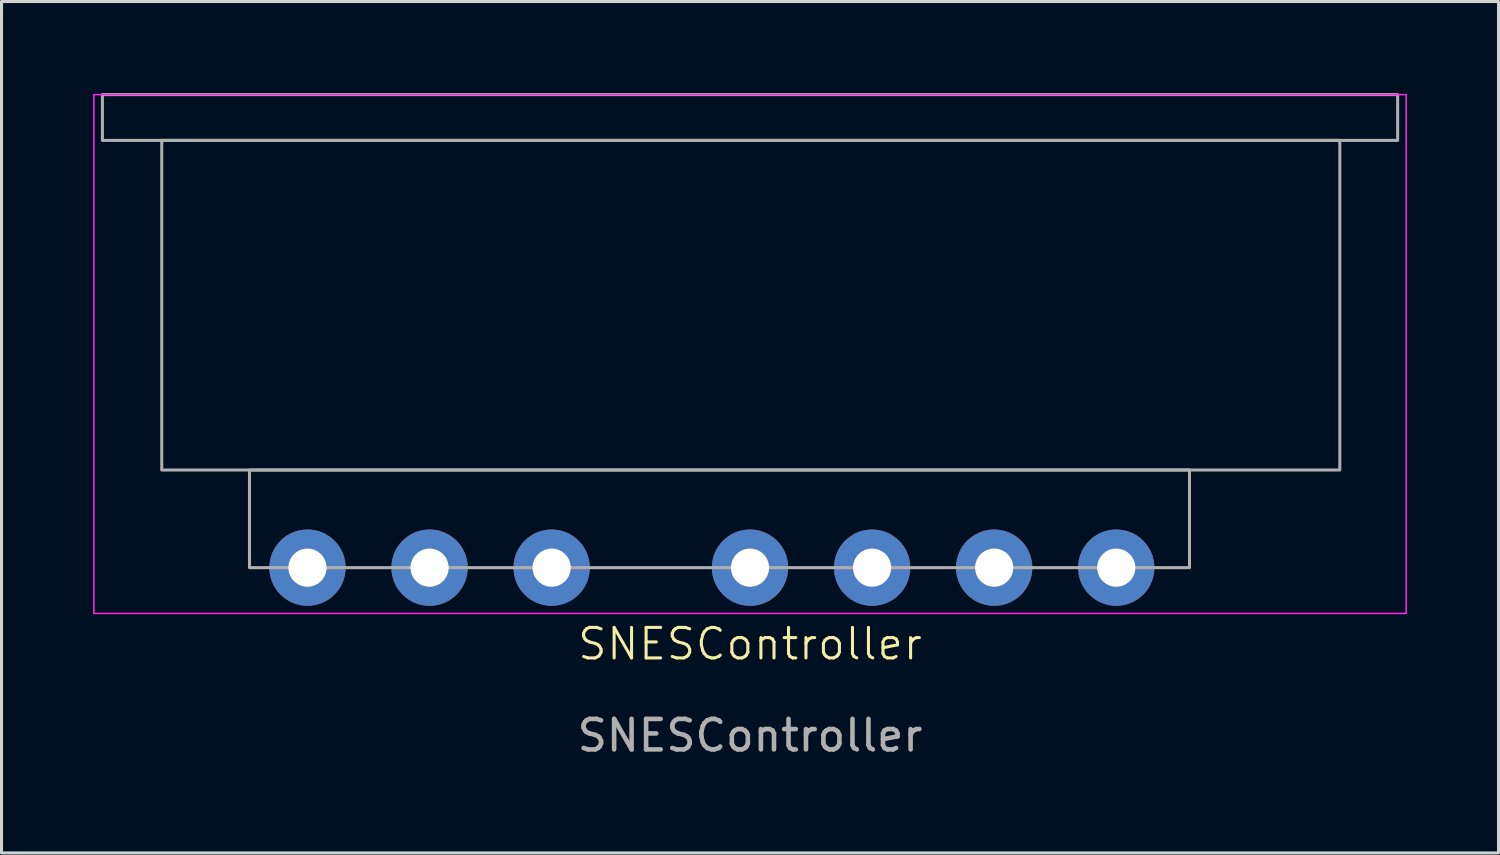
<source format=kicad_pcb>
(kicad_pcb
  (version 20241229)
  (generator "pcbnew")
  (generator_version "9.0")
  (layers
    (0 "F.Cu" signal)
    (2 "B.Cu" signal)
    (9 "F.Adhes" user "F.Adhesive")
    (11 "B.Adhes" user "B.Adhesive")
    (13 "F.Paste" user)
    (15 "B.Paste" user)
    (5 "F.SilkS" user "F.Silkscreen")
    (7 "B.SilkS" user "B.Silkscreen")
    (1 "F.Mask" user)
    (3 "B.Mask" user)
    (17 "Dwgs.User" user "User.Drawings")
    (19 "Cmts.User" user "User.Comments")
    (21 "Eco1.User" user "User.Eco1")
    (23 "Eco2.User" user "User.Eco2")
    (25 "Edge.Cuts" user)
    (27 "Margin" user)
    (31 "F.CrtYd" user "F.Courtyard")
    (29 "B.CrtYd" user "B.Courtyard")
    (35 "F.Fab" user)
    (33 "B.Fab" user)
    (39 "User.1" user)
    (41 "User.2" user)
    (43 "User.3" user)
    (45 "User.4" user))
  (footprint "SNESController"
    (layer "F.Cu")
    (at 21.525 15.55)
    (property "Reference" "SNESController" (at 0 2.5 0) (unlocked yes) (layer "F.SilkS") (effects (font (size 1 1) (thickness 0.1))))
    (attr smd)
    (fp_rect (start -21.5 -15.5) (end 21.5 1.5) (stroke (width 0.05) (type default)) (fill no) (layer "F.CrtYd"))
    (fp_rect (start -21.22 -15.5) (end 21.22 -14) (stroke (width 0.1) (type solid)) (fill no) (layer "F.Fab"))
    (fp_rect (start -19.275 -14) (end 19.325 -3.2) (stroke (width 0.1) (type solid)) (fill no) (layer "F.Fab"))
    (fp_rect (start -16.4 -3.2) (end 14.4 0) (stroke (width 0.1) (type solid)) (fill no) (layer "F.Fab"))
    (fp_text user "${REFERENCE}" (at 0 5.5 0) (unlocked yes) (layer "F.Fab") (effects (font (size 1 1) (thickness 0.15))))
    (pad "1" thru_hole circle (at 12 0) (size 2.5 2.5) (drill 1.25) (layers "*.Cu" "*.Mask"))
    (pad "2" thru_hole circle (at 8 0) (size 2.5 2.5) (drill 1.25) (layers "*.Cu" "*.Mask"))
    (pad "3" thru_hole circle (at 4 0) (size 2.5 2.5) (drill 1.25) (layers "*.Cu" "*.Mask"))
    (pad "4" thru_hole circle (at 0 0) (size 2.5 2.5) (drill 1.25) (layers "*.Cu" "*.Mask"))
    (pad "5" thru_hole circle (at -6.5 0) (size 2.5 2.5) (drill 1.25) (layers "*.Cu" "*.Mask"))
    (pad "6" thru_hole circle (at -10.5 0) (size 2.5 2.5) (drill 1.25) (layers "*.Cu" "*.Mask"))
    (pad "7" thru_hole circle (at -14.5 0) (size 2.5 2.5) (drill 1.25) (layers "*.Cu" "*.Mask")))
  (gr_rect
    (start -3 -3)
    (end 46.05 24.898)
    (stroke (width 0.1) (type default))
    (fill no)
    (layer "Edge.Cuts")))
</source>
